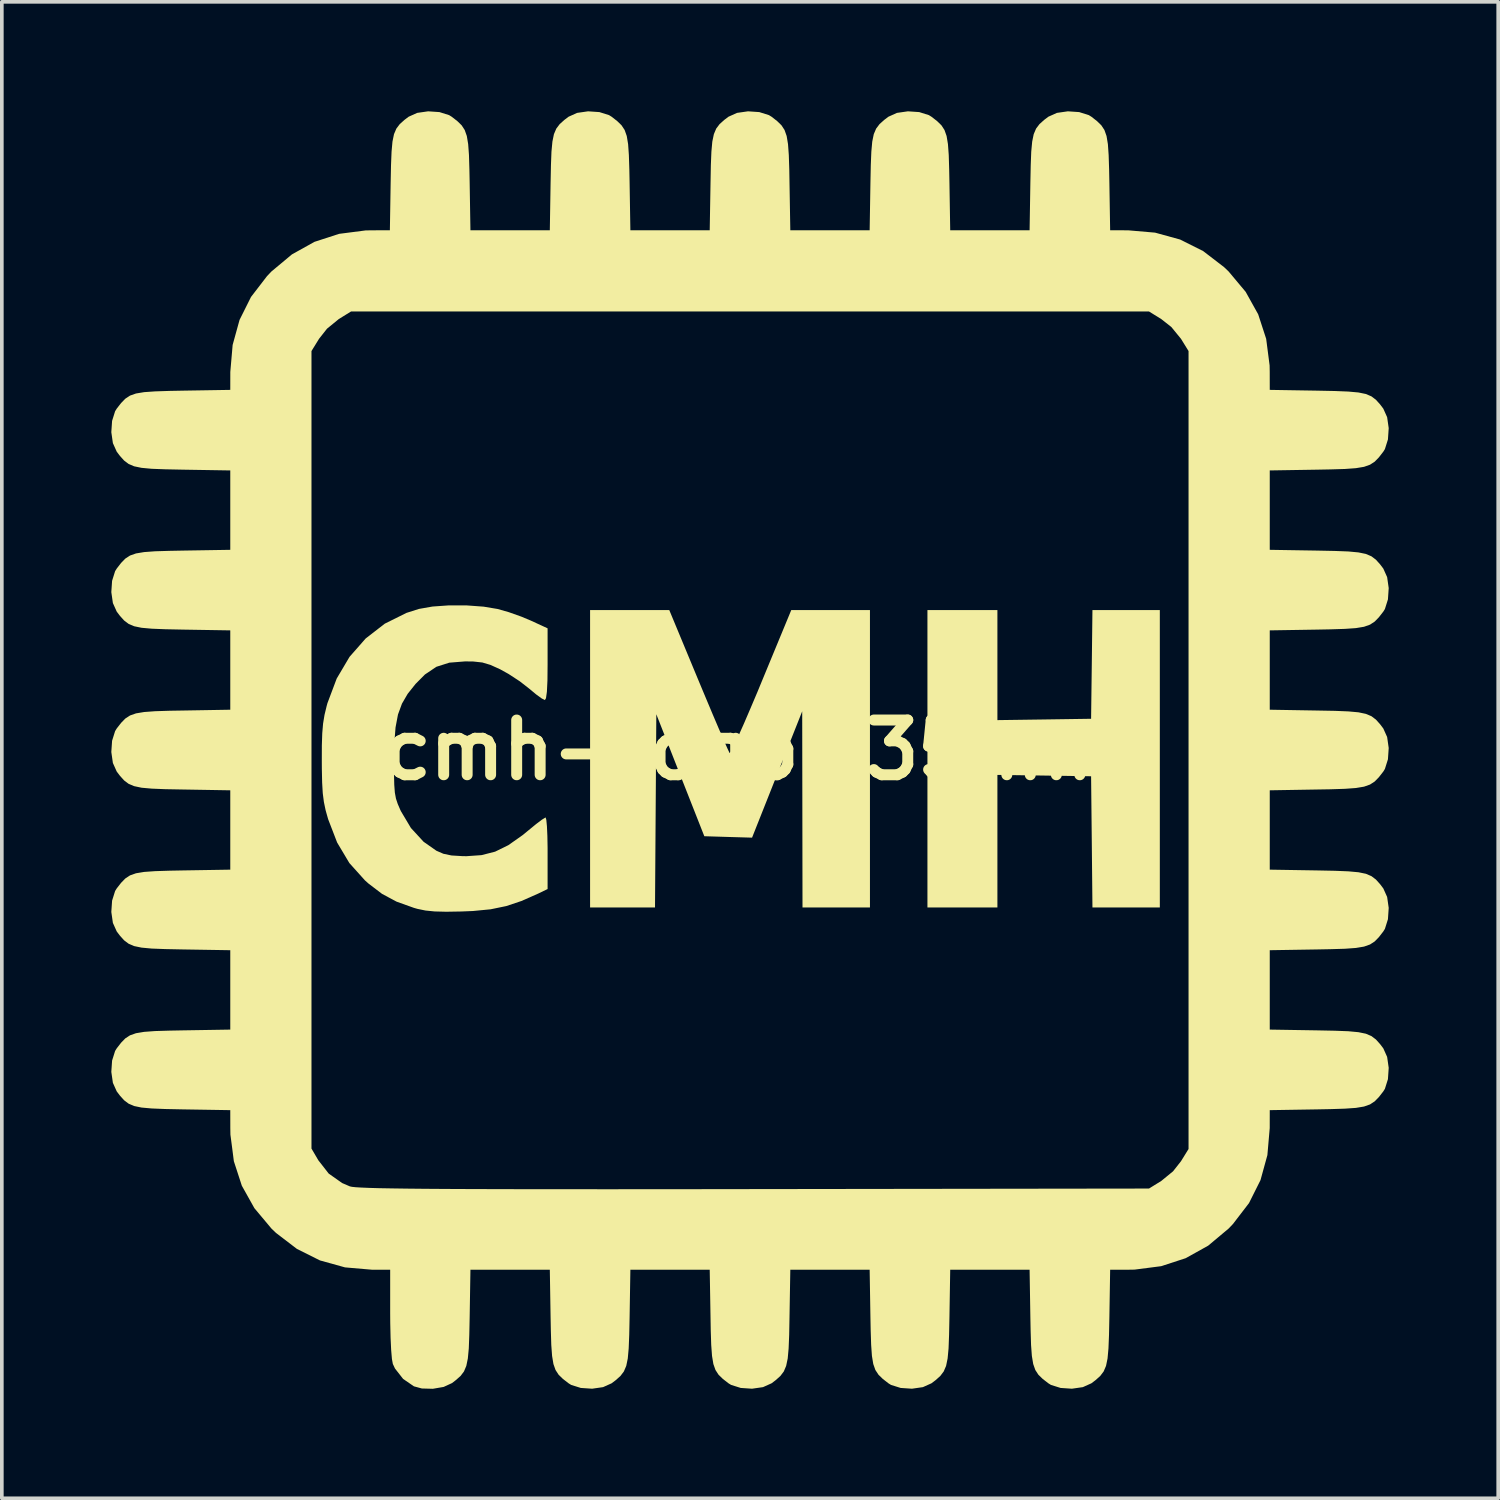
<source format=kicad_pcb>
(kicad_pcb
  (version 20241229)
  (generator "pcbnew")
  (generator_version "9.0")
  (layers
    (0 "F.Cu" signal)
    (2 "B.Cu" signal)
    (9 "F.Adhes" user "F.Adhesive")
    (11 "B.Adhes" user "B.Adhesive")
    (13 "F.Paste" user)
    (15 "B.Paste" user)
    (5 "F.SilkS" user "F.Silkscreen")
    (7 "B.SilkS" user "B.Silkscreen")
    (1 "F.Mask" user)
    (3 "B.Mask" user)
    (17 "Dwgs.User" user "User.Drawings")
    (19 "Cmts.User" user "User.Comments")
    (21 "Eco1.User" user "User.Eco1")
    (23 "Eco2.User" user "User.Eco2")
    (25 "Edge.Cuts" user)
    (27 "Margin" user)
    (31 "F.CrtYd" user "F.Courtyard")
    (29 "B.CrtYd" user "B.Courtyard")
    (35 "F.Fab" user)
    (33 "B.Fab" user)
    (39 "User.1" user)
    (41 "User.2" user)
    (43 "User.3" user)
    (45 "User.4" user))
  (footprint "cmh-logo-35mm"
    (layer "F.Cu")
    (at 17.499 17.499)
    (property "Reference" "cmh-logo-35mm" (at 0 0 0) (layer "F.SilkS") (effects (font (size 1.5 1.5) (thickness 0.3))))
    (attr board_only exclude_from_pos_files exclude_from_bom)
    (fp_poly (pts (xy 6.778 -2.326) (xy 6.778 -0.819) (xy 8.062 -0.837) (xy 9.345 -0.856) (xy 9.364 -2.345) (xy 9.382 -3.834) (xy 10.305 -3.834) (xy 11.228 -3.834) (xy 11.228 0.24) (xy 11.228 4.313) (xy 10.305 4.313) (xy 9.382 4.313) (xy 9.364 2.516) (xy 9.345 0.719) (xy 8.062 0.7) (xy 6.778 0.682) (xy 6.778 2.497) (xy 6.778 4.313) (xy 5.819 4.313) (xy 4.861 4.313) (xy 4.861 0.24) (xy 4.861 -3.834) (xy 5.819 -3.834) (xy 6.778 -3.834)) (stroke (width 0) (type solid)) (fill yes) (layer "F.SilkS"))
    (fp_poly (pts (xy -1.409 -1.9) (xy -1.207 -1.417) (xy -1.021 -0.974) (xy -0.857 -0.589) (xy -0.722 -0.276) (xy -0.623 -0.051) (xy -0.566 0.069) (xy -0.557 0.084) (xy -0.52 0.036) (xy -0.439 -0.124) (xy -0.319 -0.383) (xy -0.167 -0.723) (xy 0.009 -1.133) (xy 0.205 -1.595) (xy 0.31 -1.85) (xy 1.13 -3.834) (xy 2.208 -3.834) (xy 3.286 -3.834) (xy 3.286 0.24) (xy 3.286 4.313) (xy 2.362 4.313) (xy 1.438 4.313) (xy 1.434 1.626) (xy 1.43 -1.061) (xy 0.743 0.67) (xy 0.056 2.401) (xy -0.598 2.382) (xy -1.252 2.362) (xy -1.91 0.691) (xy -2.567 -0.98) (xy -2.585 1.667) (xy -2.603 4.313) (xy -3.492 4.313) (xy -4.382 4.313) (xy -4.382 0.24) (xy -4.382 -3.834) (xy -3.297 -3.834) (xy -2.212 -3.834)) (stroke (width 0) (type solid)) (fill yes) (layer "F.SilkS"))
    (fp_poly (pts (xy -7.764 -3.962) (xy -7.299 -3.928) (xy -6.915 -3.864) (xy -6.61 -3.777) (xy -6.266 -3.655) (xy -6.008 -3.547) (xy -5.546 -3.334) (xy -5.546 -2.352) (xy -5.55 -1.907) (xy -5.565 -1.597) (xy -5.59 -1.419) (xy -5.62 -1.369) (xy -5.706 -1.412) (xy -5.859 -1.523) (xy -6.047 -1.679) (xy -6.048 -1.68) (xy -6.307 -1.882) (xy -6.616 -2.084) (xy -6.845 -2.211) (xy -7.112 -2.332) (xy -7.334 -2.398) (xy -7.58 -2.425) (xy -7.804 -2.428) (xy -8.239 -2.393) (xy -8.593 -2.28) (xy -8.907 -2.069) (xy -9.164 -1.81) (xy -9.379 -1.54) (xy -9.536 -1.27) (xy -9.645 -0.973) (xy -9.712 -0.619) (xy -9.746 -0.182) (xy -9.754 0.274) (xy -9.754 0.667) (xy -9.747 0.954) (xy -9.731 1.165) (xy -9.701 1.329) (xy -9.652 1.477) (xy -9.582 1.639) (xy -9.564 1.677) (xy -9.29 2.137) (xy -8.943 2.514) (xy -8.592 2.76) (xy -8.4 2.843) (xy -8.18 2.889) (xy -7.886 2.907) (xy -7.771 2.909) (xy -7.356 2.88) (xy -6.984 2.785) (xy -6.621 2.607) (xy -6.232 2.333) (xy -6.062 2.194) (xy -5.862 2.03) (xy -5.702 1.909) (xy -5.608 1.851) (xy -5.6 1.849) (xy -5.581 1.913) (xy -5.564 2.09) (xy -5.552 2.356) (xy -5.546 2.685) (xy -5.546 2.829) (xy -5.546 3.809) (xy -5.802 3.933) (xy -6.261 4.136) (xy -6.68 4.276) (xy -7.107 4.364) (xy -7.592 4.411) (xy -7.908 4.424) (xy -8.324 4.431) (xy -8.64 4.423) (xy -8.89 4.398) (xy -9.109 4.353) (xy -9.208 4.325) (xy -9.685 4.154) (xy -10.081 3.942) (xy -10.455 3.657) (xy -10.551 3.571) (xy -10.977 3.097) (xy -11.312 2.535) (xy -11.559 1.894) (xy -11.628 1.649) (xy -11.675 1.424) (xy -11.706 1.183) (xy -11.723 0.891) (xy -11.731 0.514) (xy -11.732 0.308) (xy -11.731 -0.125) (xy -11.72 -0.458) (xy -11.697 -0.725) (xy -11.658 -0.962) (xy -11.599 -1.206) (xy -11.578 -1.283) (xy -11.324 -1.958) (xy -10.972 -2.553) (xy -10.529 -3.057) (xy -10.006 -3.462) (xy -9.412 -3.757) (xy -9.069 -3.866) (xy -8.699 -3.931) (xy -8.247 -3.963)) (stroke (width 0) (type solid)) (fill yes) (layer "F.SilkS"))
    (fp_poly (pts (xy 9.018 -17.478) (xy 9.282 -17.395) (xy 9.353 -17.351) (xy 9.508 -17.23) (xy 9.625 -17.116) (xy 9.71 -16.987) (xy 9.768 -16.823) (xy 9.805 -16.6) (xy 9.826 -16.3) (xy 9.839 -15.899) (xy 9.846 -15.536) (xy 9.867 -14.24) (xy 10.359 -14.239) (xy 11.099 -14.175) (xy 11.785 -13.986) (xy 12.414 -13.671) (xy 12.986 -13.232) (xy 13.112 -13.112) (xy 13.58 -12.553) (xy 13.923 -11.937) (xy 14.142 -11.265) (xy 14.236 -10.537) (xy 14.239 -10.359) (xy 14.24 -9.867) (xy 15.536 -9.846) (xy 16.023 -9.836) (xy 16.393 -9.821) (xy 16.67 -9.796) (xy 16.874 -9.754) (xy 17.026 -9.689) (xy 17.149 -9.596) (xy 17.263 -9.469) (xy 17.351 -9.353) (xy 17.456 -9.119) (xy 17.499 -8.819) (xy 17.478 -8.509) (xy 17.395 -8.245) (xy 17.351 -8.174) (xy 17.23 -8.018) (xy 17.116 -7.901) (xy 16.987 -7.817) (xy 16.823 -7.759) (xy 16.6 -7.722) (xy 16.3 -7.7) (xy 15.899 -7.688) (xy 15.536 -7.681) (xy 14.24 -7.66) (xy 14.24 -6.573) (xy 14.24 -5.485) (xy 15.536 -5.464) (xy 16.023 -5.454) (xy 16.393 -5.44) (xy 16.67 -5.414) (xy 16.874 -5.372) (xy 17.026 -5.307) (xy 17.149 -5.214) (xy 17.263 -5.087) (xy 17.351 -4.971) (xy 17.456 -4.737) (xy 17.499 -4.437) (xy 17.478 -4.127) (xy 17.395 -3.863) (xy 17.351 -3.792) (xy 17.23 -3.637) (xy 17.116 -3.52) (xy 16.987 -3.435) (xy 16.823 -3.377) (xy 16.6 -3.34) (xy 16.3 -3.319) (xy 15.899 -3.306) (xy 15.536 -3.299) (xy 14.24 -3.278) (xy 14.24 -2.191) (xy 14.24 -1.104) (xy 15.536 -1.082) (xy 16.023 -1.073) (xy 16.393 -1.058) (xy 16.67 -1.033) (xy 16.874 -0.99) (xy 17.026 -0.926) (xy 17.149 -0.833) (xy 17.263 -0.706) (xy 17.351 -0.59) (xy 17.456 -0.356) (xy 17.499 -0.055) (xy 17.478 0.254) (xy 17.395 0.518) (xy 17.351 0.59) (xy 17.23 0.745) (xy 17.116 0.862) (xy 16.987 0.946) (xy 16.823 1.004) (xy 16.6 1.041) (xy 16.3 1.063) (xy 15.899 1.076) (xy 15.536 1.082) (xy 14.24 1.104) (xy 14.24 2.191) (xy 14.24 3.278) (xy 15.536 3.299) (xy 16.023 3.309) (xy 16.393 3.324) (xy 16.67 3.349) (xy 16.874 3.391) (xy 17.026 3.456) (xy 17.149 3.549) (xy 17.263 3.676) (xy 17.351 3.792) (xy 17.456 4.026) (xy 17.499 4.326) (xy 17.478 4.636) (xy 17.395 4.9) (xy 17.351 4.971) (xy 17.23 5.127) (xy 17.116 5.244) (xy 16.987 5.328) (xy 16.823 5.386) (xy 16.6 5.423) (xy 16.3 5.445) (xy 15.899 5.457) (xy 15.536 5.464) (xy 14.24 5.485) (xy 14.24 6.573) (xy 14.24 7.66) (xy 15.536 7.681) (xy 16.023 7.691) (xy 16.393 7.705) (xy 16.67 7.731) (xy 16.874 7.773) (xy 17.026 7.838) (xy 17.149 7.931) (xy 17.263 8.058) (xy 17.351 8.174) (xy 17.456 8.408) (xy 17.499 8.708) (xy 17.478 9.018) (xy 17.395 9.282) (xy 17.351 9.353) (xy 17.23 9.508) (xy 17.116 9.625) (xy 16.987 9.71) (xy 16.823 9.768) (xy 16.6 9.805) (xy 16.3 9.826) (xy 15.899 9.839) (xy 15.536 9.846) (xy 14.24 9.867) (xy 14.239 10.359) (xy 14.175 11.099) (xy 13.986 11.785) (xy 13.671 12.414) (xy 13.232 12.986) (xy 13.112 13.112) (xy 12.553 13.58) (xy 11.937 13.923) (xy 11.265 14.142) (xy 10.537 14.236) (xy 10.359 14.239) (xy 9.867 14.24) (xy 9.846 15.536) (xy 9.836 16.023) (xy 9.821 16.393) (xy 9.796 16.67) (xy 9.754 16.874) (xy 9.689 17.026) (xy 9.596 17.149) (xy 9.469 17.263) (xy 9.353 17.351) (xy 9.119 17.456) (xy 8.819 17.499) (xy 8.509 17.478) (xy 8.245 17.395) (xy 8.174 17.351) (xy 8.018 17.23) (xy 7.901 17.116) (xy 7.817 16.987) (xy 7.759 16.823) (xy 7.722 16.6) (xy 7.7 16.3) (xy 7.688 15.899) (xy 7.681 15.536) (xy 7.66 14.24) (xy 6.573 14.24) (xy 5.485 14.24) (xy 5.464 15.536) (xy 5.454 16.023) (xy 5.44 16.393) (xy 5.414 16.67) (xy 5.372 16.874) (xy 5.307 17.026) (xy 5.214 17.149) (xy 5.087 17.263) (xy 4.971 17.351) (xy 4.737 17.456) (xy 4.437 17.499) (xy 4.127 17.478) (xy 3.863 17.395) (xy 3.792 17.351) (xy 3.637 17.23) (xy 3.52 17.116) (xy 3.435 16.987) (xy 3.377 16.823) (xy 3.34 16.6) (xy 3.319 16.3) (xy 3.306 15.899) (xy 3.299 15.536) (xy 3.278 14.24) (xy 2.191 14.24) (xy 1.104 14.24) (xy 1.082 15.536) (xy 1.073 16.023) (xy 1.058 16.393) (xy 1.033 16.67) (xy 0.99 16.874) (xy 0.926 17.026) (xy 0.833 17.149) (xy 0.706 17.263) (xy 0.59 17.351) (xy 0.356 17.456) (xy 0.055 17.499) (xy -0.254 17.478) (xy -0.518 17.395) (xy -0.59 17.351) (xy -0.745 17.23) (xy -0.862 17.116) (xy -0.946 16.987) (xy -1.004 16.823) (xy -1.041 16.6) (xy -1.063 16.3) (xy -1.076 15.899) (xy -1.082 15.536) (xy -1.104 14.24) (xy -2.191 14.24) (xy -3.278 14.24) (xy -3.299 15.536) (xy -3.309 16.023) (xy -3.324 16.393) (xy -3.349 16.67) (xy -3.391 16.874) (xy -3.456 17.026) (xy -3.549 17.149) (xy -3.676 17.263) (xy -3.792 17.351) (xy -4.026 17.456) (xy -4.326 17.499) (xy -4.636 17.478) (xy -4.9 17.395) (xy -4.971 17.351) (xy -5.127 17.23) (xy -5.244 17.116) (xy -5.328 16.987) (xy -5.386 16.823) (xy -5.423 16.6) (xy -5.445 16.3) (xy -5.457 15.899) (xy -5.464 15.536) (xy -5.485 14.24) (xy -6.573 14.24) (xy -7.66 14.24) (xy -7.681 15.536) (xy -7.691 16.023) (xy -7.705 16.394) (xy -7.731 16.67) (xy -7.773 16.874) (xy -7.837 17.026) (xy -7.929 17.148) (xy -8.055 17.26) (xy -8.163 17.344) (xy -8.393 17.45) (xy -8.689 17.501) (xy -8.991 17.493) (xy -9.208 17.434) (xy -9.504 17.231) (xy -9.727 16.946) (xy -9.786 16.82) (xy -9.811 16.685) (xy -9.832 16.437) (xy -9.848 16.102) (xy -9.857 15.703) (xy -9.859 15.434) (xy -9.859 14.24) (xy -10.355 14.239) (xy -11.096 14.175) (xy -11.783 13.984) (xy -12.414 13.669) (xy -12.988 13.23) (xy -13.112 13.111) (xy -13.579 12.553) (xy -13.923 11.938) (xy -14.142 11.266) (xy -14.186 10.92) (xy -12.015 10.92) (xy -11.827 11.241) (xy -11.543 11.605) (xy -11.176 11.864) (xy -10.962 11.956) (xy -10.906 11.968) (xy -10.803 11.979) (xy -10.649 11.988) (xy -10.437 11.997) (xy -10.163 12.005) (xy -9.819 12.011) (xy -9.401 12.017) (xy -8.903 12.022) (xy -8.319 12.026) (xy -7.643 12.029) (xy -6.871 12.031) (xy -5.995 12.033) (xy -5.011 12.033) (xy -3.912 12.034) (xy -2.694 12.033) (xy -1.35 12.032) (xy 0.108 12.03) (xy 10.931 12.015) (xy 11.266 11.808) (xy 11.59 11.543) (xy 11.808 11.266) (xy 12.015 10.931) (xy 12.015 0) (xy 12.015 -10.931) (xy 11.808 -11.266) (xy 11.543 -11.59) (xy 11.266 -11.808) (xy 10.931 -12.015) (xy 0 -12.015) (xy -10.931 -12.015) (xy -11.266 -11.808) (xy -11.59 -11.543) (xy -11.808 -11.266) (xy -12.015 -10.931) (xy -12.015 -0.005) (xy -12.015 10.92) (xy -14.186 10.92) (xy -14.236 10.539) (xy -14.239 10.359) (xy -14.24 9.867) (xy -15.536 9.846) (xy -16.023 9.836) (xy -16.393 9.821) (xy -16.67 9.796) (xy -16.874 9.754) (xy -17.026 9.689) (xy -17.149 9.596) (xy -17.263 9.469) (xy -17.351 9.353) (xy -17.456 9.119) (xy -17.499 8.819) (xy -17.478 8.509) (xy -17.395 8.245) (xy -17.351 8.174) (xy -17.23 8.018) (xy -17.116 7.901) (xy -16.987 7.817) (xy -16.823 7.759) (xy -16.6 7.722) (xy -16.3 7.7) (xy -15.899 7.688) (xy -15.536 7.681) (xy -14.24 7.66) (xy -14.24 6.573) (xy -14.24 5.485) (xy -15.536 5.464) (xy -16.023 5.454) (xy -16.393 5.44) (xy -16.67 5.414) (xy -16.874 5.372) (xy -17.026 5.307) (xy -17.149 5.214) (xy -17.263 5.087) (xy -17.351 4.971) (xy -17.456 4.737) (xy -17.499 4.437) (xy -17.478 4.127) (xy -17.395 3.863) (xy -17.351 3.792) (xy -17.23 3.637) (xy -17.116 3.52) (xy -16.987 3.435) (xy -16.823 3.377) (xy -16.6 3.34) (xy -16.3 3.319) (xy -15.899 3.306) (xy -15.536 3.299) (xy -14.24 3.278) (xy -14.24 2.191) (xy -14.24 1.104) (xy -15.536 1.082) (xy -16.023 1.073) (xy -16.393 1.058) (xy -16.67 1.033) (xy -16.874 0.99) (xy -17.026 0.926) (xy -17.149 0.833) (xy -17.263 0.706) (xy -17.351 0.59) (xy -17.456 0.356) (xy -17.499 0.055) (xy -17.478 -0.254) (xy -17.395 -0.518) (xy -17.351 -0.59) (xy -17.23 -0.745) (xy -17.116 -0.862) (xy -16.987 -0.946) (xy -16.823 -1.004) (xy -16.6 -1.041) (xy -16.3 -1.063) (xy -15.899 -1.076) (xy -15.536 -1.082) (xy -14.24 -1.104) (xy -14.24 -2.191) (xy -14.24 -3.278) (xy -15.536 -3.299) (xy -16.023 -3.309) (xy -16.393 -3.324) (xy -16.67 -3.349) (xy -16.874 -3.391) (xy -17.026 -3.456) (xy -17.149 -3.549) (xy -17.263 -3.676) (xy -17.351 -3.792) (xy -17.456 -4.026) (xy -17.499 -4.326) (xy -17.478 -4.636) (xy -17.395 -4.9) (xy -17.351 -4.971) (xy -17.23 -5.127) (xy -17.116 -5.244) (xy -16.987 -5.328) (xy -16.823 -5.386) (xy -16.6 -5.423) (xy -16.3 -5.445) (xy -15.899 -5.457) (xy -15.536 -5.464) (xy -14.24 -5.485) (xy -14.24 -6.573) (xy -14.24 -7.66) (xy -15.536 -7.681) (xy -16.023 -7.691) (xy -16.393 -7.705) (xy -16.67 -7.731) (xy -16.874 -7.773) (xy -17.026 -7.838) (xy -17.149 -7.931) (xy -17.263 -8.058) (xy -17.351 -8.174) (xy -17.456 -8.408) (xy -17.499 -8.708) (xy -17.478 -9.018) (xy -17.395 -9.282) (xy -17.351 -9.353) (xy -17.23 -9.508) (xy -17.116 -9.625) (xy -16.987 -9.71) (xy -16.823 -9.768) (xy -16.6 -9.805) (xy -16.3 -9.826) (xy -15.899 -9.839) (xy -15.536 -9.846) (xy -14.24 -9.867) (xy -14.239 -10.359) (xy -14.175 -11.099) (xy -13.986 -11.784) (xy -13.672 -12.413) (xy -13.233 -12.984) (xy -13.112 -13.111) (xy -12.551 -13.579) (xy -11.933 -13.923) (xy -11.258 -14.142) (xy -10.531 -14.236) (xy -10.359 -14.239) (xy -9.867 -14.24) (xy -9.846 -15.536) (xy -9.836 -16.023) (xy -9.821 -16.393) (xy -9.796 -16.67) (xy -9.754 -16.874) (xy -9.689 -17.026) (xy -9.596 -17.149) (xy -9.469 -17.263) (xy -9.353 -17.351) (xy -9.119 -17.456) (xy -8.819 -17.499) (xy -8.509 -17.478) (xy -8.245 -17.395) (xy -8.174 -17.351) (xy -8.018 -17.23) (xy -7.901 -17.116) (xy -7.817 -16.987) (xy -7.759 -16.823) (xy -7.722 -16.6) (xy -7.7 -16.3) (xy -7.688 -15.899) (xy -7.681 -15.536) (xy -7.66 -14.24) (xy -6.573 -14.24) (xy -5.485 -14.24) (xy -5.464 -15.536) (xy -5.454 -16.023) (xy -5.44 -16.393) (xy -5.414 -16.67) (xy -5.372 -16.874) (xy -5.307 -17.026) (xy -5.214 -17.149) (xy -5.087 -17.263) (xy -4.971 -17.351) (xy -4.737 -17.456) (xy -4.437 -17.499) (xy -4.127 -17.478) (xy -3.863 -17.395) (xy -3.792 -17.351) (xy -3.637 -17.23) (xy -3.52 -17.116) (xy -3.435 -16.987) (xy -3.377 -16.823) (xy -3.34 -16.6) (xy -3.319 -16.3) (xy -3.306 -15.899) (xy -3.299 -15.536) (xy -3.278 -14.24) (xy -2.191 -14.24) (xy -1.104 -14.24) (xy -1.082 -15.536) (xy -1.073 -16.023) (xy -1.058 -16.393) (xy -1.033 -16.67) (xy -0.99 -16.874) (xy -0.926 -17.026) (xy -0.833 -17.149) (xy -0.706 -17.263) (xy -0.59 -17.351) (xy -0.356 -17.456) (xy -0.055 -17.499) (xy 0.254 -17.478) (xy 0.518 -17.395) (xy 0.59 -17.351) (xy 0.745 -17.23) (xy 0.862 -17.116) (xy 0.946 -16.987) (xy 1.004 -16.823) (xy 1.041 -16.6) (xy 1.063 -16.3) (xy 1.076 -15.899) (xy 1.082 -15.536) (xy 1.104 -14.24) (xy 2.191 -14.24) (xy 3.278 -14.24) (xy 3.299 -15.536) (xy 3.309 -16.023) (xy 3.324 -16.393) (xy 3.349 -16.67) (xy 3.391 -16.874) (xy 3.456 -17.026) (xy 3.549 -17.149) (xy 3.676 -17.263) (xy 3.792 -17.351) (xy 4.026 -17.456) (xy 4.326 -17.499) (xy 4.636 -17.478) (xy 4.9 -17.395) (xy 4.971 -17.351) (xy 5.127 -17.23) (xy 5.244 -17.116) (xy 5.328 -16.987) (xy 5.386 -16.823) (xy 5.423 -16.6) (xy 5.445 -16.3) (xy 5.457 -15.899) (xy 5.464 -15.536) (xy 5.485 -14.24) (xy 6.573 -14.24) (xy 7.66 -14.24) (xy 7.681 -15.536) (xy 7.691 -16.023) (xy 7.705 -16.393) (xy 7.731 -16.67) (xy 7.773 -16.874) (xy 7.838 -17.026) (xy 7.931 -17.149) (xy 8.058 -17.263) (xy 8.174 -17.351) (xy 8.408 -17.456) (xy 8.708 -17.499)) (stroke (width 0) (type solid)) (fill yes) (layer "F.SilkS")))
  (gr_rect
    (start -3 -3)
    (end 37.998 38)
    (stroke (width 0.1) (type default))
    (fill no)
    (layer "Edge.Cuts")))
</source>
